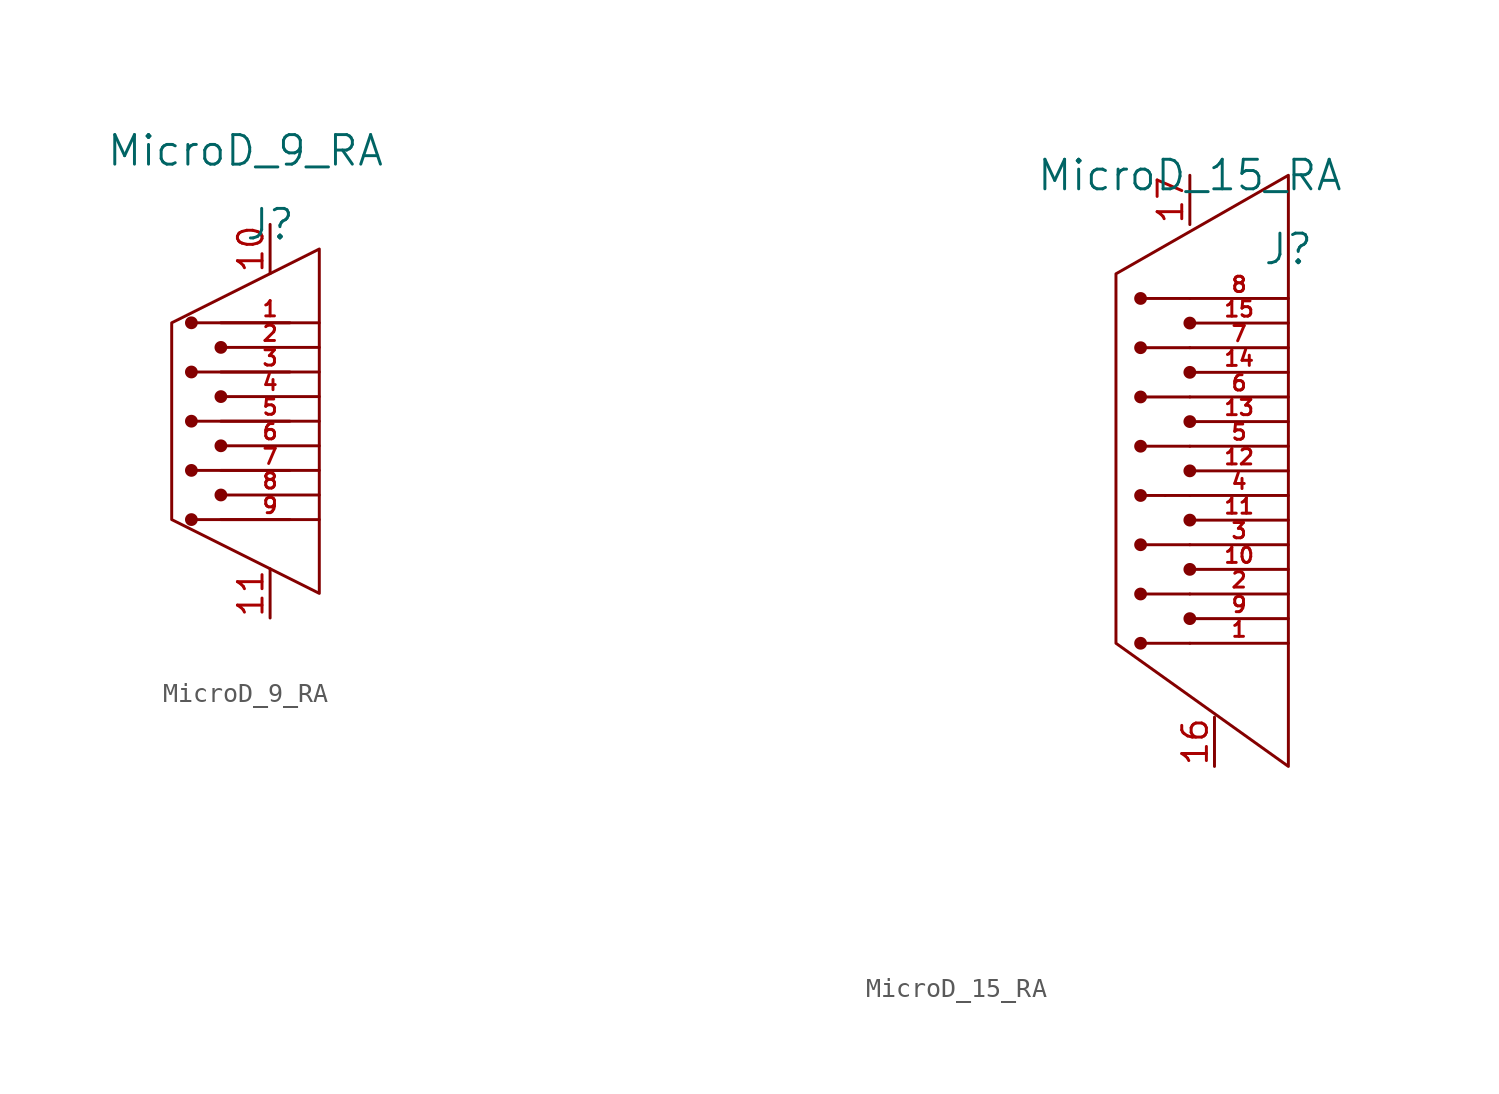
<source format=kicad_sym>
(kicad_symbol_lib
  (version 20211014)
  (generator kicad_symbol_editor)
  (symbol "MicroD_9_RA"
    (pin_names
      (offset 0.254) hide)
    (property "Reference" "J"
      (at 5.08 19.05 0)
      (effects (font (size 1.524 1.524))))
    (property "Value" "MicroD_9_RA"
      (at 3.81 22.86 0)
      (effects (font (size 1.524 1.524))))
    (property "Datasheet" ""
      (at 2.54 19.05 0)
      (effects (font (size 1.524 1.524))))
    (property "ki_locked" ""
      (at 0 0 0)
      (effects (font (size 1.27 1.27))))
    (symbol "MicroD_9_RA_1_1"
      (polyline (pts (xy 6.096 3.81) (xy 1.016 3.81)) (stroke (width 0) (type default) (color 0 0 0 0)) (fill (type none)))
      (polyline (pts (xy 6.096 6.35) (xy 1.016 6.35)) (stroke (width 0) (type default) (color 0 0 0 0)) (fill (type none)))
      (polyline (pts (xy 6.096 8.89) (xy 1.016 8.89)) (stroke (width 0) (type default) (color 0 0 0 0)) (fill (type none)))
      (polyline (pts (xy 6.096 11.43) (xy 1.016 11.43)) (stroke (width 0) (type default) (color 0 0 0 0)) (fill (type none)))
      (polyline (pts (xy 6.096 13.97) (xy 1.016 13.97)) (stroke (width 0) (type default) (color 0 0 0 0)) (fill (type none)))
      (polyline (pts (xy 7.62 13.97) (xy 7.62 17.78) (xy 0 13.97) (xy 0 3.81) (xy 7.62 0) (xy 7.62 13.97)) (stroke (width 0) (type default) (color 0 0 0 0)) (fill (type none)))
      (circle (center 1.016 3.81) (radius 0.254) (stroke (width 0) (type default) (color 0 0 0 0)) (fill (type outline)))
      (circle (center 1.016 6.35) (radius 0.254) (stroke (width 0) (type default) (color 0 0 0 0)) (fill (type outline)))
      (circle (center 1.016 8.89) (radius 0.254) (stroke (width 0) (type default) (color 0 0 0 0)) (fill (type outline)))
      (circle (center 1.016 11.43) (radius 0.254) (stroke (width 0) (type default) (color 0 0 0 0)) (fill (type outline)))
      (circle (center 1.016 13.97) (radius 0.254) (stroke (width 0) (type default) (color 0 0 0 0)) (fill (type outline)))
      (circle (center 2.54 5.08) (radius 0.254) (stroke (width 0) (type default) (color 0 0 0 0)) (fill (type outline)))
      (circle (center 2.54 7.62) (radius 0.254) (stroke (width 0) (type default) (color 0 0 0 0)) (fill (type outline)))
      (circle (center 2.54 10.16) (radius 0.254) (stroke (width 0) (type default) (color 0 0 0 0)) (fill (type outline)))
      (circle (center 2.54 12.7) (radius 0.254) (stroke (width 0) (type default) (color 0 0 0 0)) (fill (type outline)))
      (pin passive line (at 7.62 13.97 180) (length 5.08) (name "1" (effects (font (size 1.499 1.499)))) (number "1" (effects (font (size 0.787 0.787)))))
      (pin passive line (at 5.08 19.05 270) (length 2.54) (name "10" (effects (font (size 1.27 1.27)))) (number "10" (effects (font (size 1.27 1.27)))))
      (pin passive line (at 5.08 -1.27 90) (length 2.54) (name "11" (effects (font (size 1.27 1.27)))) (number "11" (effects (font (size 1.27 1.27)))))
      (pin passive line (at 7.62 12.7 180) (length 5.08) (name "2" (effects (font (size 1.499 1.499)))) (number "2" (effects (font (size 0.787 0.787)))))
      (pin passive line (at 7.62 11.43 180) (length 5.08) (name "3" (effects (font (size 1.499 1.499)))) (number "3" (effects (font (size 0.787 0.787)))))
      (pin passive line (at 7.62 10.16 180) (length 5.08) (name "4" (effects (font (size 1.499 1.499)))) (number "4" (effects (font (size 0.787 0.787)))))
      (pin passive line (at 7.62 8.89 180) (length 5.08) (name "5" (effects (font (size 1.499 1.499)))) (number "5" (effects (font (size 0.787 0.787)))))
      (pin passive line (at 7.62 7.62 180) (length 5.08) (name "6" (effects (font (size 1.499 1.499)))) (number "6" (effects (font (size 0.787 0.787)))))
      (pin passive line (at 7.62 6.35 180) (length 5.08) (name "7" (effects (font (size 1.499 1.499)))) (number "7" (effects (font (size 0.787 0.787)))))
      (pin passive line (at 7.62 5.08 180) (length 5.08) (name "8" (effects (font (size 1.499 1.499)))) (number "8" (effects (font (size 0.787 0.787)))))
      (pin passive line (at 7.62 3.81 180) (length 5.08) (name "9" (effects (font (size 1.499 1.499)))) (number "9" (effects (font (size 0.787 0.787)))))))
  (symbol "MicroD_15_RA"
    (pin_names
      (offset 0.254) hide)
    (property "Reference" "J"
      (at 11.43 24.13 0)
      (effects (font (size 1.524 1.524))))
    (property "Value" "MicroD_15_RA"
      (at 6.35 27.94 0)
      (effects (font (size 1.524 1.524))))
    (property "Datasheet" ""
      (at -25.4 -8.89 0)
      (effects (font (size 1.524 1.524))))
    (property "ki_locked" ""
      (at 0 0 0)
      (effects (font (size 1.27 1.27))))
    (symbol "MicroD_15_RA_0_1"
      (pin passive line (at 11.43 17.78 180) (length 5.08) (name "14" (effects (font (size 1.499 1.499)))) (number "14" (effects (font (size 0.787 0.787))))))
    (symbol "MicroD_15_RA_1_1"
      (polyline (pts (xy 5.08 11.43) (xy 3.81 11.43)) (stroke (width 0) (type default) (color 0 0 0 0)) (fill (type none)))
      (polyline (pts (xy 5.08 11.43) (xy 6.35 11.43)) (stroke (width 0) (type default) (color 0 0 0 0)) (fill (type none)))
      (polyline (pts (xy 6.35 3.81) (xy 3.81 3.81)) (stroke (width 0) (type default) (color 0 0 0 0)) (fill (type none)))
      (polyline (pts (xy 6.35 8.89) (xy 3.81 8.89)) (stroke (width 0) (type default) (color 0 0 0 0)) (fill (type none)))
      (polyline (pts (xy 6.35 13.97) (xy 3.81 13.97)) (stroke (width 0) (type default) (color 0 0 0 0)) (fill (type none)))
      (polyline (pts (xy 6.35 16.51) (xy 3.81 16.51)) (stroke (width 0) (type default) (color 0 0 0 0)) (fill (type none)))
      (polyline (pts (xy 6.35 19.05) (xy 3.81 19.05)) (stroke (width 0) (type default) (color 0 0 0 0)) (fill (type none)))
      (polyline (pts (xy 6.35 21.59) (xy 3.81 21.59)) (stroke (width 0) (type default) (color 0 0 0 0)) (fill (type none)))
      (polyline (pts (xy 5.08 6.35) (xy 3.81 6.35) (xy 5.08 6.35) (xy 6.35 6.35)) (stroke (width 0) (type default) (color 0 0 0 0)) (fill (type none)))
      (polyline (pts (xy 2.54 22.86) (xy 11.43 27.94) (xy 11.43 -2.54) (xy 2.54 3.81) (xy 2.54 22.86)) (stroke (width 0) (type default) (color 0 0 0 0)) (fill (type none)))
      (circle (center 3.81 3.81) (radius 0.254) (stroke (width 0) (type default) (color 0 0 0 0)) (fill (type outline)))
      (circle (center 3.81 6.35) (radius 0.254) (stroke (width 0) (type default) (color 0 0 0 0)) (fill (type outline)))
      (circle (center 3.81 8.89) (radius 0.254) (stroke (width 0) (type default) (color 0 0 0 0)) (fill (type outline)))
      (circle (center 3.81 11.43) (radius 0.254) (stroke (width 0) (type default) (color 0 0 0 0)) (fill (type outline)))
      (circle (center 3.81 13.97) (radius 0.254) (stroke (width 0) (type default) (color 0 0 0 0)) (fill (type outline)))
      (circle (center 3.81 16.51) (radius 0.254) (stroke (width 0) (type default) (color 0 0 0 0)) (fill (type outline)))
      (circle (center 3.81 19.05) (radius 0.254) (stroke (width 0) (type default) (color 0 0 0 0)) (fill (type outline)))
      (circle (center 3.81 21.59) (radius 0.254) (stroke (width 0) (type default) (color 0 0 0 0)) (fill (type outline)))
      (circle (center 6.35 5.08) (radius 0.254) (stroke (width 0) (type default) (color 0 0 0 0)) (fill (type outline)))
      (circle (center 6.35 7.62) (radius 0.254) (stroke (width 0) (type default) (color 0 0 0 0)) (fill (type outline)))
      (circle (center 6.35 10.16) (radius 0.254) (stroke (width 0) (type default) (color 0 0 0 0)) (fill (type outline)))
      (circle (center 6.35 12.7) (radius 0.254) (stroke (width 0) (type default) (color 0 0 0 0)) (fill (type outline)))
      (circle (center 6.35 15.24) (radius 0.254) (stroke (width 0) (type default) (color 0 0 0 0)) (fill (type outline)))
      (circle (center 6.35 17.78) (radius 0.254) (stroke (width 0) (type default) (color 0 0 0 0)) (fill (type outline)))
      (circle (center 6.35 20.32) (radius 0.254) (stroke (width 0) (type default) (color 0 0 0 0)) (fill (type outline)))
      (pin passive line (at 11.43 3.81 180) (length 5.08) (name "1" (effects (font (size 1.499 1.499)))) (number "1" (effects (font (size 0.787 0.787)))))
      (pin passive line (at 11.43 7.62 180) (length 5.08) (name "10" (effects (font (size 1.499 1.499)))) (number "10" (effects (font (size 0.787 0.787)))))
      (pin passive line (at 11.43 10.16 180) (length 5.08) (name "11" (effects (font (size 1.499 1.499)))) (number "11" (effects (font (size 0.787 0.787)))))
      (pin passive line (at 11.43 12.7 180) (length 5.08) (name "12" (effects (font (size 1.499 1.499)))) (number "12" (effects (font (size 0.787 0.787)))))
      (pin passive line (at 11.43 15.24 180) (length 5.08) (name "13" (effects (font (size 1.499 1.499)))) (number "13" (effects (font (size 0.787 0.787)))))
      (pin passive line (at 11.43 20.32 180) (length 5.08) (name "15" (effects (font (size 1.499 1.499)))) (number "15" (effects (font (size 0.787 0.787)))))
      (pin passive line (at 7.62 -2.54 90) (length 2.54) (name "16" (effects (font (size 1.27 1.27)))) (number "16" (effects (font (size 1.27 1.27)))))
      (pin passive line (at 6.35 27.94 270) (length 2.54) (name "17" (effects (font (size 1.27 1.27)))) (number "17" (effects (font (size 1.27 1.27)))))
      (pin passive line (at 11.43 6.35 180) (length 5.08) (name "2" (effects (font (size 1.499 1.499)))) (number "2" (effects (font (size 0.787 0.787)))))
      (pin passive line (at 11.43 8.89 180) (length 5.08) (name "3" (effects (font (size 1.499 1.499)))) (number "3" (effects (font (size 0.787 0.787)))))
      (pin passive line (at 11.43 11.43 180) (length 5.08) (name "4" (effects (font (size 1.499 1.499)))) (number "4" (effects (font (size 0.787 0.787)))))
      (pin passive line (at 11.43 13.97 180) (length 5.08) (name "5" (effects (font (size 1.499 1.499)))) (number "5" (effects (font (size 0.787 0.787)))))
      (pin passive line (at 11.43 16.51 180) (length 5.08) (name "6" (effects (font (size 1.499 1.499)))) (number "6" (effects (font (size 0.787 0.787)))))
      (pin passive line (at 11.43 19.05 180) (length 5.08) (name "7" (effects (font (size 1.499 1.499)))) (number "7" (effects (font (size 0.787 0.787)))))
      (pin passive line (at 11.43 21.59 180) (length 5.08) (name "8" (effects (font (size 1.499 1.499)))) (number "8" (effects (font (size 0.787 0.787)))))
      (pin passive line (at 11.43 5.08 180) (length 5.08) (name "9" (effects (font (size 1.499 1.499)))) (number "9" (effects (font (size 0.787 0.787))))))))
</source>
